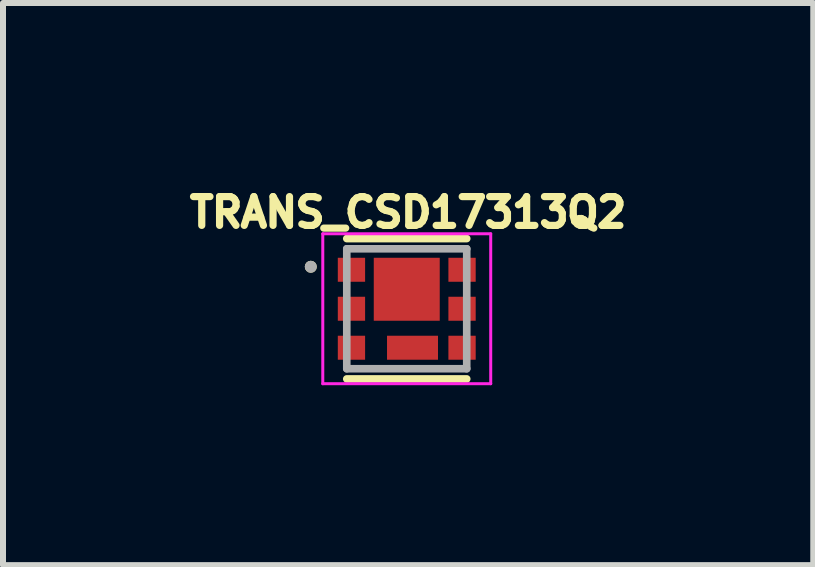
<source format=kicad_pcb>
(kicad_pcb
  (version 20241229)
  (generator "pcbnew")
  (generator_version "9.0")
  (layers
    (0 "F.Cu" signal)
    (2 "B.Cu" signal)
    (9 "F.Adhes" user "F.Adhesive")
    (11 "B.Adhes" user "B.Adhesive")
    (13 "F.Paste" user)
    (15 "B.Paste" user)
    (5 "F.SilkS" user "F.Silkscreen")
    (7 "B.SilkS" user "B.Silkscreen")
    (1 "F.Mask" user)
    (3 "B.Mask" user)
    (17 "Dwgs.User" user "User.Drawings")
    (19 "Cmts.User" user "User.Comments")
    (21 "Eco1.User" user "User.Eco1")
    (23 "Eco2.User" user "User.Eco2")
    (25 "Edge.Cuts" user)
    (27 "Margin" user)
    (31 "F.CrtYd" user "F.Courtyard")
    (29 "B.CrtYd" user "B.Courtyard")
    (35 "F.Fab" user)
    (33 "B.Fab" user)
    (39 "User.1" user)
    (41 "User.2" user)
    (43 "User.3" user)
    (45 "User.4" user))
  (footprint "TRANS_CSD17313Q2"
    (layer "F.Cu")
    (at 3.732 2.098)
    (property "Reference" "TRANS_CSD17313Q2" (at 0.022 -1.606 0) (layer "F.SilkS") (effects (font (size 0.48 0.48) (thickness 0.15))))
    (attr smd)
    (fp_line (start -1 -1.17) (end 1 -1.17) (stroke (width 0.127) (type solid)) (layer "F.SilkS"))
    (fp_line (start -1 1.17) (end 1 1.17) (stroke (width 0.127) (type solid)) (layer "F.SilkS"))
    (fp_circle (center -1.6 -0.7) (end -1.55 -0.7) (stroke (width 0.1) (type solid)) (fill no) (layer "F.SilkS"))
    (fp_poly (pts (xy -1.09 -0.8) (xy -0.75 -0.8) (xy -0.75 -0.5) (xy -1.09 -0.5)) (stroke (width 0.01) (type solid)) (fill yes) (layer "F.Paste"))
    (fp_poly (pts (xy -1.09 -0.15) (xy -0.75 -0.15) (xy -0.75 0.15) (xy -1.09 0.15)) (stroke (width 0.01) (type solid)) (fill yes) (layer "F.Paste"))
    (fp_poly (pts (xy -1.09 0.5) (xy -0.75 0.5) (xy -0.75 0.8) (xy -1.09 0.8)) (stroke (width 0.01) (type solid)) (fill yes) (layer "F.Paste"))
    (fp_poly (pts (xy -0.5 -0.8) (xy 0.5 -0.8) (xy 0.5 0.15) (xy -0.5 0.15)) (stroke (width 0.01) (type solid)) (fill yes) (layer "F.Paste"))
    (fp_poly (pts (xy -0.279 0.5) (xy 0.471 0.5) (xy 0.471 0.8) (xy -0.279 0.8)) (stroke (width 0.01) (type solid)) (fill yes) (layer "F.Paste"))
    (fp_poly (pts (xy 0.75 -0.8) (xy 1.09 -0.8) (xy 1.09 -0.5) (xy 0.75 -0.5)) (stroke (width 0.01) (type solid)) (fill yes) (layer "F.Paste"))
    (fp_poly (pts (xy 0.75 -0.15) (xy 1.09 -0.15) (xy 1.09 0.15) (xy 0.75 0.15)) (stroke (width 0.01) (type solid)) (fill yes) (layer "F.Paste"))
    (fp_poly (pts (xy 0.75 0.5) (xy 1.09 0.5) (xy 1.09 0.8) (xy 0.75 0.8)) (stroke (width 0.01) (type solid)) (fill yes) (layer "F.Paste"))
    (fp_line (start -1.4 -1.25) (end 1.4 -1.25) (stroke (width 0.05) (type solid)) (layer "F.CrtYd"))
    (fp_line (start -1.4 1.25) (end -1.4 -1.25) (stroke (width 0.05) (type solid)) (layer "F.CrtYd"))
    (fp_line (start 1.4 -1.25) (end 1.4 1.25) (stroke (width 0.05) (type solid)) (layer "F.CrtYd"))
    (fp_line (start 1.4 1.25) (end -1.4 1.25) (stroke (width 0.05) (type solid)) (layer "F.CrtYd"))
    (fp_line (start -1 -1) (end 1 -1) (stroke (width 0.127) (type solid)) (layer "F.Fab"))
    (fp_line (start -1 1) (end -1 -1) (stroke (width 0.127) (type solid)) (layer "F.Fab"))
    (fp_line (start 1 -1) (end 1 1) (stroke (width 0.127) (type solid)) (layer "F.Fab"))
    (fp_line (start 1 1) (end -1 1) (stroke (width 0.127) (type solid)) (layer "F.Fab"))
    (fp_circle (center -1.6 -0.7) (end -1.55 -0.7) (stroke (width 0.1) (type solid)) (fill no) (layer "F.Fab"))
    (pad "1" smd rect (at -0.922 -0.65) (size 0.455 0.4) (layers "F.Cu" "F.Mask"))
    (pad "2" smd rect (at -0.922 0) (size 0.455 0.4) (layers "F.Cu" "F.Mask"))
    (pad "3" smd rect (at -0.922 0.65) (size 0.455 0.4) (layers "F.Cu" "F.Mask"))
    (pad "4" smd rect (at 0.922 0.65 180) (size 0.455 0.4) (layers "F.Cu" "F.Mask"))
    (pad "5" smd rect (at 0.922 0 180) (size 0.455 0.4) (layers "F.Cu" "F.Mask"))
    (pad "6" smd rect (at 0.922 -0.65 180) (size 0.455 0.4) (layers "F.Cu" "F.Mask"))
    (pad "7" smd rect (at 0.096 0.65) (size 0.85 0.4) (layers "F.Cu" "F.Mask"))
    (pad "8" smd rect (at 0 -0.325) (size 1.1 1.05) (layers "F.Cu" "F.Mask")))
  (gr_rect
    (start -3 -3)
    (end 10.51 6.373)
    (stroke (width 0.1) (type default))
    (fill no)
    (layer "Edge.Cuts")))
</source>
